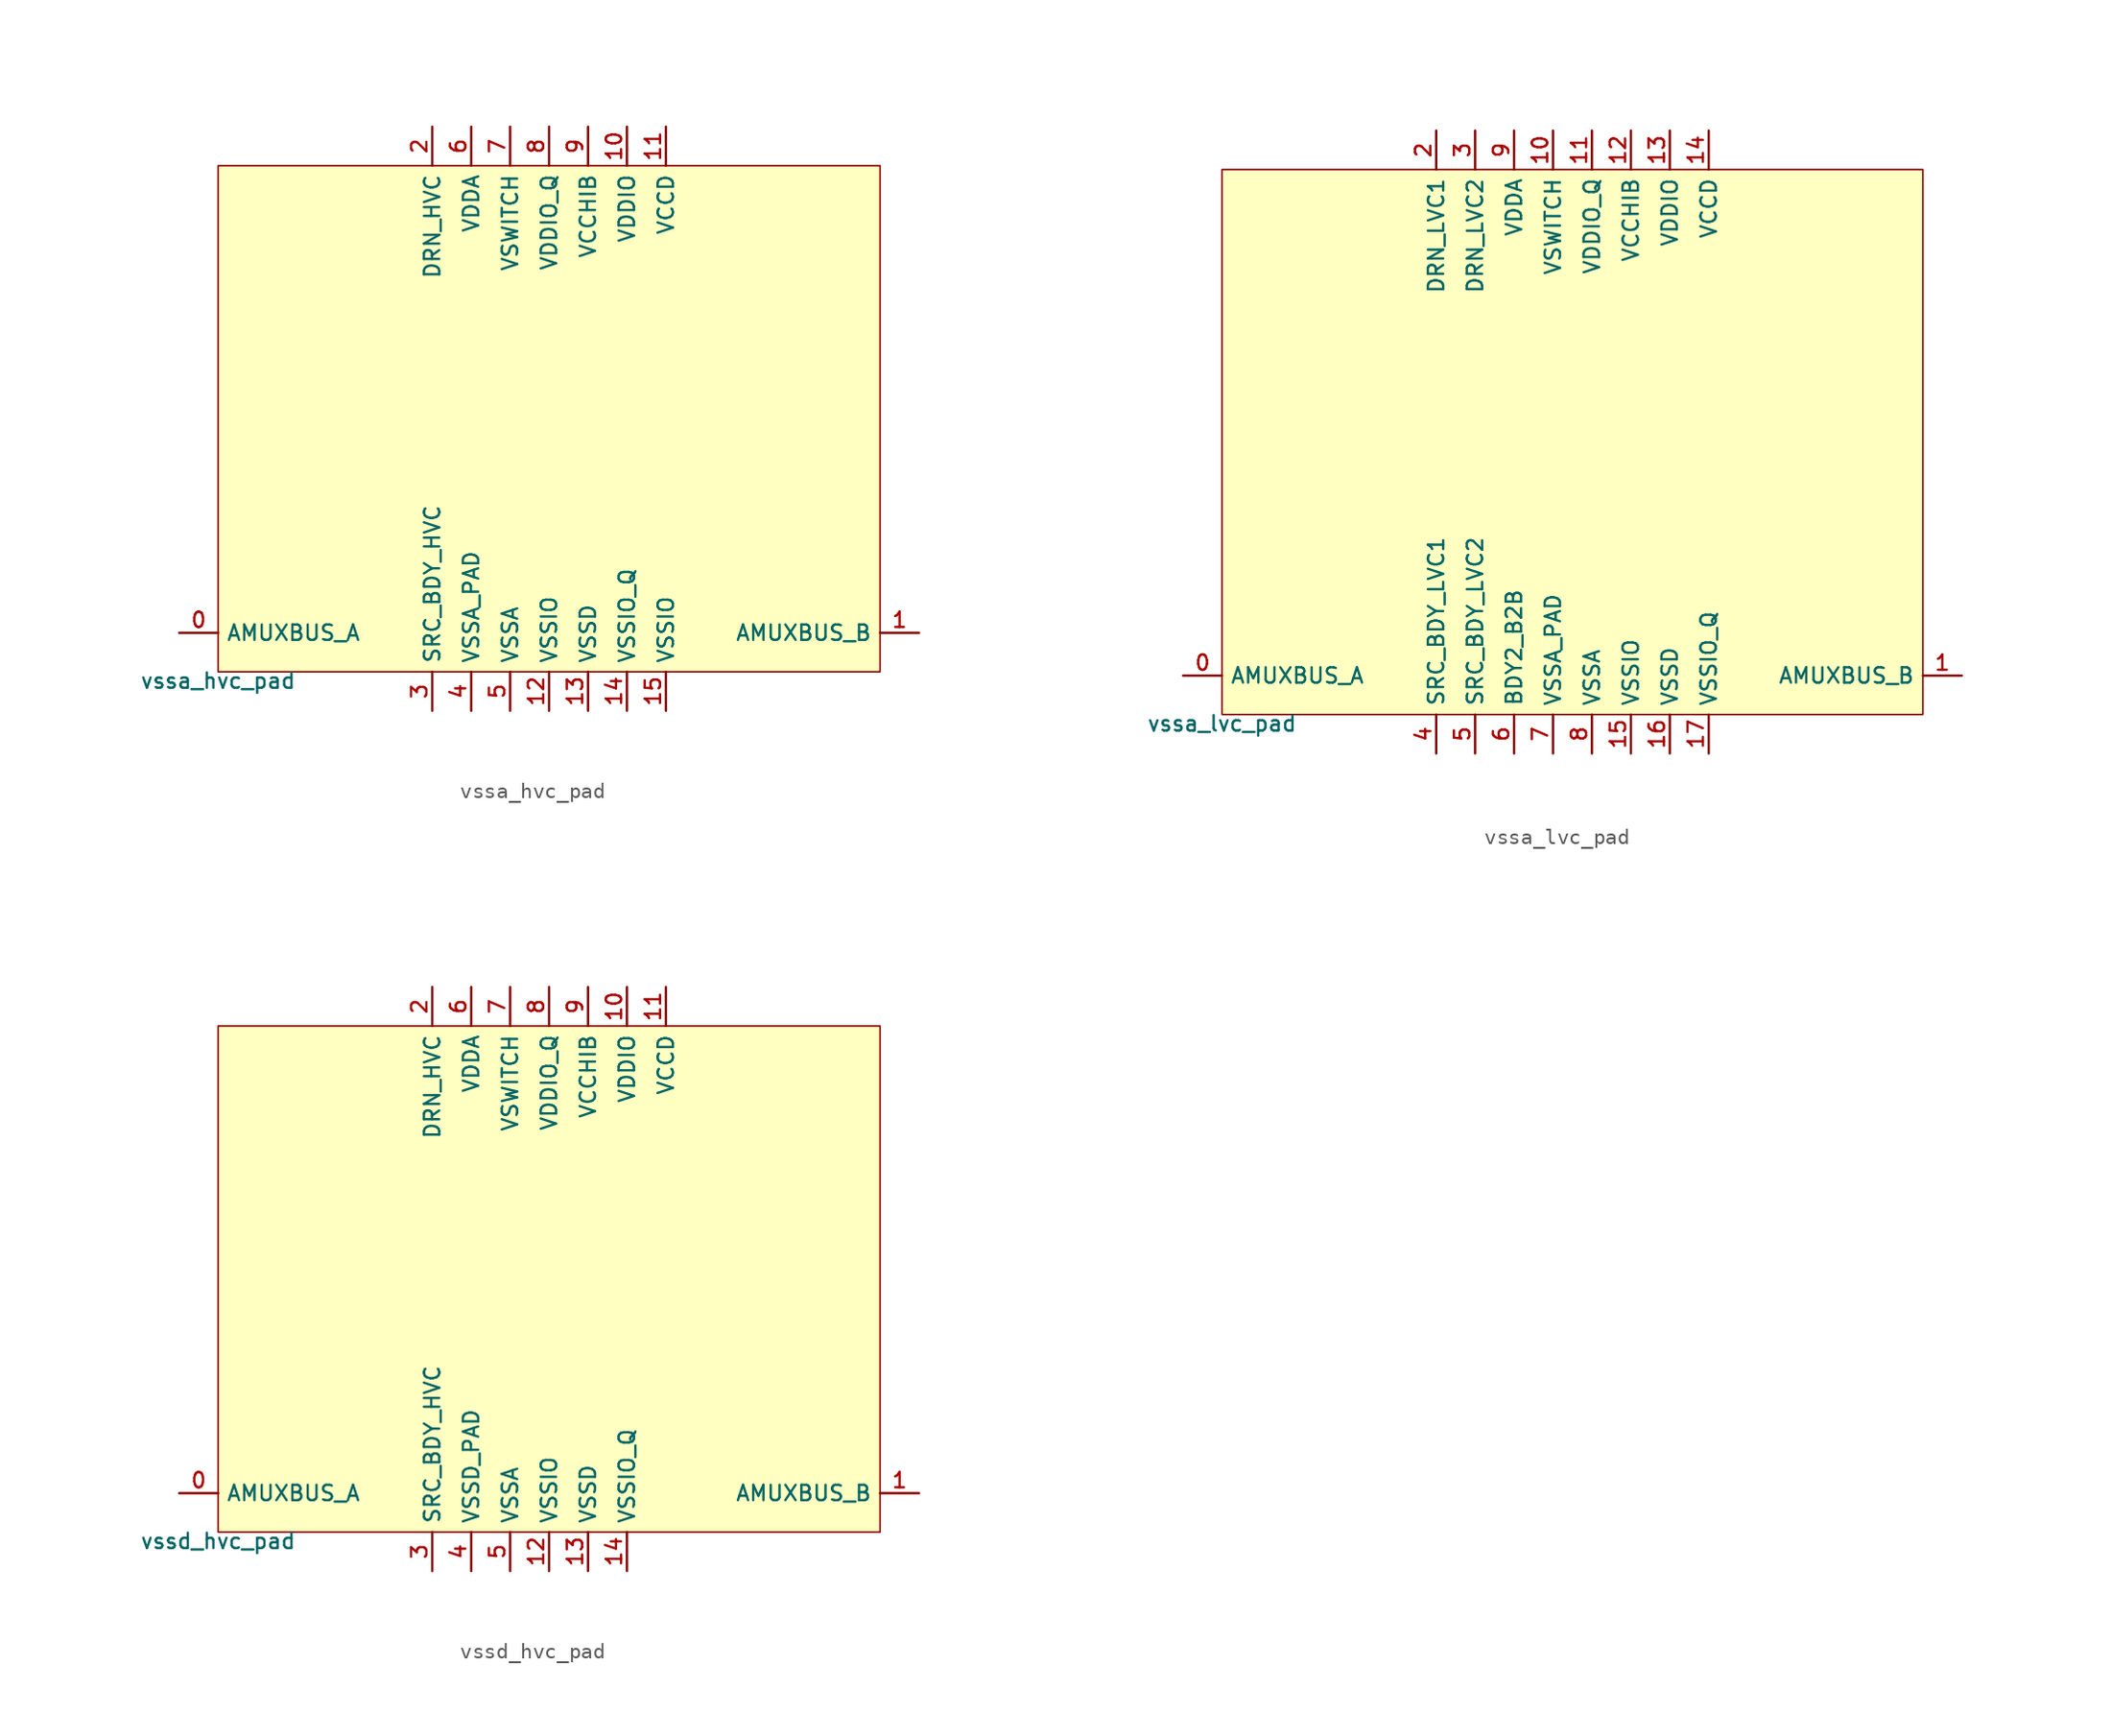
<source format=kicad_sym>
(kicad_symbol_lib
  (version 20211014)
  (generator lef2kicad_sym)
  (symbol "vssa_hvc_pad"
    (property "Reference" "CELL"
      (at 0 0 0)
      (effects (font (size 1 1)) hide))
    (property "Value" "vssa_hvc_pad"
      (at -21.59 -16.51 0)
      (effects (font (size 1 1)) (justify top)))
    (rectangle
      (start -21.59 -16.51)
      (end 21.59 16.51)
      (stroke (width 0.1) (type solid) (color 0 0 0 0))
      (fill (type background)))
    (pin bidirectional line
      (at -24.13 -13.97 0)
      (length 2.54)
      (name "AMUXBUS_A" (effects (font (size 1 1)) hide))
      (number "0" (effects (font (size 1 1)) hide)))
    (pin bidirectional line
      (at 24.13 -13.97 180)
      (length 2.54)
      (name "AMUXBUS_B" (effects (font (size 1 1)) hide))
      (number "1" (effects (font (size 1 1)) hide)))
    (pin power_in line
      (at -7.62 19.05 270)
      (length 2.54)
      (name "DRN_HVC" (effects (font (size 1 1)) hide))
      (number "2" (effects (font (size 1 1)) hide)))
    (pin power_in line
      (at -7.62 -19.05 90)
      (length 2.54)
      (name "SRC_BDY_HVC" (effects (font (size 1 1)) hide))
      (number "3" (effects (font (size 1 1)) hide)))
    (pin power_in line
      (at -5.08 -19.05 90)
      (length 2.54)
      (name "VSSA_PAD" (effects (font (size 1 1)) hide))
      (number "4" (effects (font (size 1 1)) hide)))
    (pin power_in line
      (at -2.54 -19.05 90)
      (length 2.54)
      (name "VSSA" (effects (font (size 1 1)) hide))
      (number "5" (effects (font (size 1 1)) hide)))
    (pin power_in line
      (at -5.08 19.05 270)
      (length 2.54)
      (name "VDDA" (effects (font (size 1 1)) hide))
      (number "6" (effects (font (size 1 1)) hide)))
    (pin power_in line
      (at -2.54 19.05 270)
      (length 2.54)
      (name "VSWITCH" (effects (font (size 1 1)) hide))
      (number "7" (effects (font (size 1 1)) hide)))
    (pin power_in line
      (at 0.0 19.05 270)
      (length 2.54)
      (name "VDDIO_Q" (effects (font (size 1 1)) hide))
      (number "8" (effects (font (size 1 1)) hide)))
    (pin power_in line
      (at 2.54 19.05 270)
      (length 2.54)
      (name "VCCHIB" (effects (font (size 1 1)) hide))
      (number "9" (effects (font (size 1 1)) hide)))
    (pin power_in line
      (at 5.08 19.05 270)
      (length 2.54)
      (name "VDDIO" (effects (font (size 1 1)) hide))
      (number "10" (effects (font (size 1 1)) hide)))
    (pin power_in line
      (at 7.62 19.05 270)
      (length 2.54)
      (name "VCCD" (effects (font (size 1 1)) hide))
      (number "11" (effects (font (size 1 1)) hide)))
    (pin power_in line
      (at 0.0 -19.05 90)
      (length 2.54)
      (name "VSSIO" (effects (font (size 1 1)) hide))
      (number "12" (effects (font (size 1 1)) hide)))
    (pin power_in line
      (at 2.54 -19.05 90)
      (length 2.54)
      (name "VSSD" (effects (font (size 1 1)) hide))
      (number "13" (effects (font (size 1 1)) hide)))
    (pin power_in line
      (at 5.08 -19.05 90)
      (length 2.54)
      (name "VSSIO_Q" (effects (font (size 1 1)) hide))
      (number "14" (effects (font (size 1 1)) hide)))
    (pin power_in line
      (at 7.62 -19.05 90)
      (length 2.54)
      (name "VSSIO" (effects (font (size 1 1)) hide))
      (number "15" (effects (font (size 1 1)) hide))))
  (symbol "vssa_lvc_pad"
    (property "Reference" "CELL"
      (at 0 0 0)
      (effects (font (size 1 1)) hide))
    (property "Value" "vssa_lvc_pad"
      (at -22.86 -17.78 0)
      (effects (font (size 1 1)) (justify top)))
    (rectangle
      (start -22.86 -17.78)
      (end 22.86 17.78)
      (stroke (width 0.1) (type solid) (color 0 0 0 0))
      (fill (type background)))
    (pin bidirectional line
      (at -25.4 -15.24 0)
      (length 2.54)
      (name "AMUXBUS_A" (effects (font (size 1 1)) hide))
      (number "0" (effects (font (size 1 1)) hide)))
    (pin bidirectional line
      (at 25.4 -15.24 180)
      (length 2.54)
      (name "AMUXBUS_B" (effects (font (size 1 1)) hide))
      (number "1" (effects (font (size 1 1)) hide)))
    (pin power_in line
      (at -8.89 20.32 270)
      (length 2.54)
      (name "DRN_LVC1" (effects (font (size 1 1)) hide))
      (number "2" (effects (font (size 1 1)) hide)))
    (pin power_in line
      (at -6.35 20.32 270)
      (length 2.54)
      (name "DRN_LVC2" (effects (font (size 1 1)) hide))
      (number "3" (effects (font (size 1 1)) hide)))
    (pin power_in line
      (at -8.89 -20.32 90)
      (length 2.54)
      (name "SRC_BDY_LVC1" (effects (font (size 1 1)) hide))
      (number "4" (effects (font (size 1 1)) hide)))
    (pin power_in line
      (at -6.35 -20.32 90)
      (length 2.54)
      (name "SRC_BDY_LVC2" (effects (font (size 1 1)) hide))
      (number "5" (effects (font (size 1 1)) hide)))
    (pin power_in line
      (at -3.81 -20.32 90)
      (length 2.54)
      (name "BDY2_B2B" (effects (font (size 1 1)) hide))
      (number "6" (effects (font (size 1 1)) hide)))
    (pin power_in line
      (at -1.27 -20.32 90)
      (length 2.54)
      (name "VSSA_PAD" (effects (font (size 1 1)) hide))
      (number "7" (effects (font (size 1 1)) hide)))
    (pin power_in line
      (at 1.27 -20.32 90)
      (length 2.54)
      (name "VSSA" (effects (font (size 1 1)) hide))
      (number "8" (effects (font (size 1 1)) hide)))
    (pin power_in line
      (at -3.81 20.32 270)
      (length 2.54)
      (name "VDDA" (effects (font (size 1 1)) hide))
      (number "9" (effects (font (size 1 1)) hide)))
    (pin power_in line
      (at -1.27 20.32 270)
      (length 2.54)
      (name "VSWITCH" (effects (font (size 1 1)) hide))
      (number "10" (effects (font (size 1 1)) hide)))
    (pin power_in line
      (at 1.27 20.32 270)
      (length 2.54)
      (name "VDDIO_Q" (effects (font (size 1 1)) hide))
      (number "11" (effects (font (size 1 1)) hide)))
    (pin power_in line
      (at 3.81 20.32 270)
      (length 2.54)
      (name "VCCHIB" (effects (font (size 1 1)) hide))
      (number "12" (effects (font (size 1 1)) hide)))
    (pin power_in line
      (at 6.35 20.32 270)
      (length 2.54)
      (name "VDDIO" (effects (font (size 1 1)) hide))
      (number "13" (effects (font (size 1 1)) hide)))
    (pin power_in line
      (at 8.89 20.32 270)
      (length 2.54)
      (name "VCCD" (effects (font (size 1 1)) hide))
      (number "14" (effects (font (size 1 1)) hide)))
    (pin power_in line
      (at 3.81 -20.32 90)
      (length 2.54)
      (name "VSSIO" (effects (font (size 1 1)) hide))
      (number "15" (effects (font (size 1 1)) hide)))
    (pin power_in line
      (at 6.35 -20.32 90)
      (length 2.54)
      (name "VSSD" (effects (font (size 1 1)) hide))
      (number "16" (effects (font (size 1 1)) hide)))
    (pin power_in line
      (at 8.89 -20.32 90)
      (length 2.54)
      (name "VSSIO_Q" (effects (font (size 1 1)) hide))
      (number "17" (effects (font (size 1 1)) hide))))
  (symbol "vssd_hvc_pad"
    (property "Reference" "CELL"
      (at 0 0 0)
      (effects (font (size 1 1)) hide))
    (property "Value" "vssd_hvc_pad"
      (at -21.59 -16.51 0)
      (effects (font (size 1 1)) (justify top)))
    (rectangle
      (start -21.59 -16.51)
      (end 21.59 16.51)
      (stroke (width 0.1) (type solid) (color 0 0 0 0))
      (fill (type background)))
    (pin bidirectional line
      (at -24.13 -13.97 0)
      (length 2.54)
      (name "AMUXBUS_A" (effects (font (size 1 1)) hide))
      (number "0" (effects (font (size 1 1)) hide)))
    (pin bidirectional line
      (at 24.13 -13.97 180)
      (length 2.54)
      (name "AMUXBUS_B" (effects (font (size 1 1)) hide))
      (number "1" (effects (font (size 1 1)) hide)))
    (pin power_in line
      (at -7.62 19.05 270)
      (length 2.54)
      (name "DRN_HVC" (effects (font (size 1 1)) hide))
      (number "2" (effects (font (size 1 1)) hide)))
    (pin power_in line
      (at -7.62 -19.05 90)
      (length 2.54)
      (name "SRC_BDY_HVC" (effects (font (size 1 1)) hide))
      (number "3" (effects (font (size 1 1)) hide)))
    (pin power_in line
      (at -5.08 -19.05 90)
      (length 2.54)
      (name "VSSD_PAD" (effects (font (size 1 1)) hide))
      (number "4" (effects (font (size 1 1)) hide)))
    (pin power_in line
      (at -2.54 -19.05 90)
      (length 2.54)
      (name "VSSA" (effects (font (size 1 1)) hide))
      (number "5" (effects (font (size 1 1)) hide)))
    (pin power_in line
      (at -5.08 19.05 270)
      (length 2.54)
      (name "VDDA" (effects (font (size 1 1)) hide))
      (number "6" (effects (font (size 1 1)) hide)))
    (pin power_in line
      (at -2.54 19.05 270)
      (length 2.54)
      (name "VSWITCH" (effects (font (size 1 1)) hide))
      (number "7" (effects (font (size 1 1)) hide)))
    (pin power_in line
      (at 0.0 19.05 270)
      (length 2.54)
      (name "VDDIO_Q" (effects (font (size 1 1)) hide))
      (number "8" (effects (font (size 1 1)) hide)))
    (pin power_in line
      (at 2.54 19.05 270)
      (length 2.54)
      (name "VCCHIB" (effects (font (size 1 1)) hide))
      (number "9" (effects (font (size 1 1)) hide)))
    (pin power_in line
      (at 5.08 19.05 270)
      (length 2.54)
      (name "VDDIO" (effects (font (size 1 1)) hide))
      (number "10" (effects (font (size 1 1)) hide)))
    (pin power_in line
      (at 7.62 19.05 270)
      (length 2.54)
      (name "VCCD" (effects (font (size 1 1)) hide))
      (number "11" (effects (font (size 1 1)) hide)))
    (pin power_in line
      (at 0.0 -19.05 90)
      (length 2.54)
      (name "VSSIO" (effects (font (size 1 1)) hide))
      (number "12" (effects (font (size 1 1)) hide)))
    (pin power_in line
      (at 2.54 -19.05 90)
      (length 2.54)
      (name "VSSD" (effects (font (size 1 1)) hide))
      (number "13" (effects (font (size 1 1)) hide)))
    (pin power_in line
      (at 5.08 -19.05 90)
      (length 2.54)
      (name "VSSIO_Q" (effects (font (size 1 1)) hide))
      (number "14" (effects (font (size 1 1)) hide)))))
</source>
